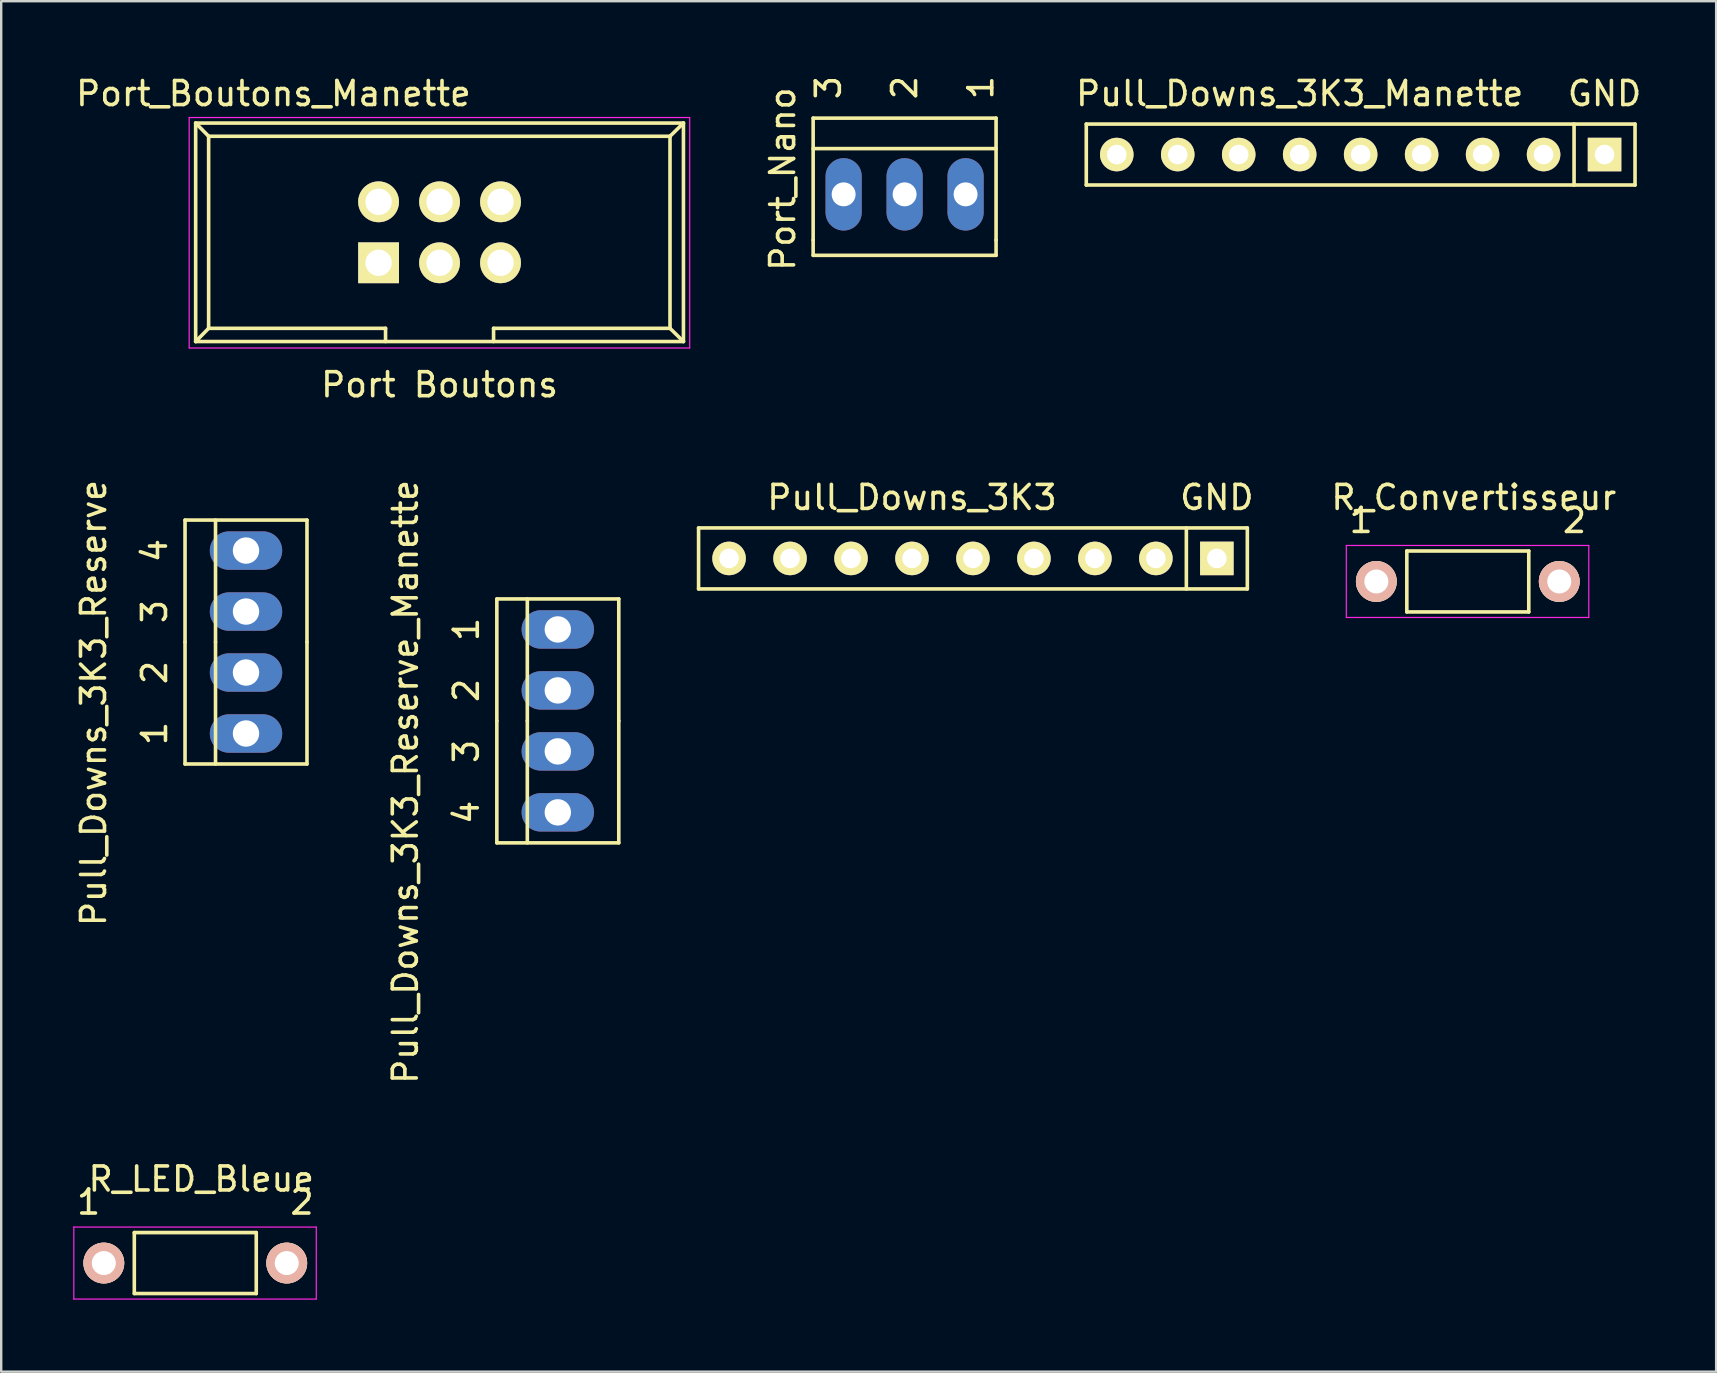
<source format=kicad_pcb>
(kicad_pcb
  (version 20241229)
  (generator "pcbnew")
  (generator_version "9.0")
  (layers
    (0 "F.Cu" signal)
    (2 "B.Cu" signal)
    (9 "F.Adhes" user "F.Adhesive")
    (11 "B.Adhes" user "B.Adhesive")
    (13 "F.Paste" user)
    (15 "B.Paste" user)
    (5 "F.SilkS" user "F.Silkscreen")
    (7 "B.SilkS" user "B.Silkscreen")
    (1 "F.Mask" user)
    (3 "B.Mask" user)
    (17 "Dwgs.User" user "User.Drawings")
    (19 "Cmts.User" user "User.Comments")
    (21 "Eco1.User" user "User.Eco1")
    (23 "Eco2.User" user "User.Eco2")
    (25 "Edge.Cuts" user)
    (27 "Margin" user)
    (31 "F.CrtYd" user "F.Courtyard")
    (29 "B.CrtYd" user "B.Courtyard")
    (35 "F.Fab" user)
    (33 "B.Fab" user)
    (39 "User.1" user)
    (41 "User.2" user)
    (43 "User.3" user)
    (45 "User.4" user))
  (footprint "Port_Boutons_Manette"
    (layer "F.Cu")
    (at 10.181 7.897)
    (property "Reference" "Port_Boutons_Manette" (at -1.841 -7.048 0) (layer "F.SilkS") (effects (font (size 1 1) (thickness 0.15))))
    (attr through_hole)
    (fp_line (start -5.08 -5.82) (end -5.08 3.28) (stroke (width 0.15) (type solid)) (layer "F.SilkS"))
    (fp_line (start -5.08 -5.82) (end -4.54 -5.27) (stroke (width 0.15) (type solid)) (layer "F.SilkS"))
    (fp_line (start -5.08 -5.82) (end 15.24 -5.82) (stroke (width 0.15) (type solid)) (layer "F.SilkS"))
    (fp_line (start -5.08 3.28) (end -4.54 2.73) (stroke (width 0.15) (type solid)) (layer "F.SilkS"))
    (fp_line (start -5.08 3.28) (end 15.24 3.28) (stroke (width 0.15) (type solid)) (layer "F.SilkS"))
    (fp_line (start -4.54 -5.27) (end -4.54 2.73) (stroke (width 0.15) (type solid)) (layer "F.SilkS"))
    (fp_line (start -4.54 -5.27) (end 14.68 -5.27) (stroke (width 0.15) (type solid)) (layer "F.SilkS"))
    (fp_line (start -4.54 2.73) (end 2.83 2.73) (stroke (width 0.15) (type solid)) (layer "F.SilkS"))
    (fp_line (start 2.83 2.73) (end 2.83 3.28) (stroke (width 0.15) (type solid)) (layer "F.SilkS"))
    (fp_line (start 7.33 2.73) (end 7.33 3.28) (stroke (width 0.15) (type solid)) (layer "F.SilkS"))
    (fp_line (start 7.33 2.73) (end 14.68 2.73) (stroke (width 0.15) (type solid)) (layer "F.SilkS"))
    (fp_line (start 14.68 -5.27) (end 14.68 2.73) (stroke (width 0.15) (type solid)) (layer "F.SilkS"))
    (fp_line (start 15.24 -5.82) (end 14.68 -5.27) (stroke (width 0.15) (type solid)) (layer "F.SilkS"))
    (fp_line (start 15.24 -5.82) (end 15.24 3.28) (stroke (width 0.15) (type solid)) (layer "F.SilkS"))
    (fp_line (start 15.24 3.28) (end 14.68 2.73) (stroke (width 0.15) (type solid)) (layer "F.SilkS"))
    (fp_line (start -5.35 -6.05) (end 15.5 -6.05) (stroke (width 0.05) (type solid)) (layer "F.CrtYd"))
    (fp_line (start -5.35 3.55) (end -5.35 -6.05) (stroke (width 0.05) (type solid)) (layer "F.CrtYd"))
    (fp_line (start 15.5 -6.05) (end 15.5 3.55) (stroke (width 0.05) (type solid)) (layer "F.CrtYd"))
    (fp_line (start 15.5 3.55) (end -5.35 3.55) (stroke (width 0.05) (type solid)) (layer "F.CrtYd"))
    (fp_text user "Port Boutons" (at 5.08 5.08 0) (layer "F.SilkS") (effects (font (size 1 1) (thickness 0.15))))
    (pad "1" thru_hole rect (at 2.54 0) (size 1.7 1.7) (drill 1.1) (layers "*.Cu" "*.Mask" "F.SilkS"))
    (pad "2" thru_hole circle (at 7.62 0) (size 1.7 1.7) (drill 1.1) (layers "*.Cu" "*.Mask" "F.SilkS"))
    (pad "3" thru_hole circle (at 5.08 0) (size 1.7 1.7) (drill 1.1) (layers "*.Cu" "*.Mask" "F.SilkS"))
    (pad "4" thru_hole circle (at 2.54 -2.54) (size 1.7 1.7) (drill 1.1) (layers "*.Cu" "*.Mask" "F.SilkS"))
    (pad "5" thru_hole circle (at 5.08 -2.54) (size 1.7 1.7) (drill 1.1) (layers "*.Cu" "*.Mask" "F.SilkS"))
    (pad "6" thru_hole circle (at 7.62 -2.54) (size 1.7 1.7) (drill 1.1) (layers "*.Cu" "*.Mask" "F.SilkS")))
  (footprint "R_Convertisseur"
    (layer "F.Cu")
    (at 54.285 21.173)
    (property "Reference" "R_Convertisseur" (at 4.059 -3.5 0) (layer "F.SilkS") (effects (font (size 1 1) (thickness 0.15))))
    (attr through_hole)
    (fp_line (start 1.27 -1.27) (end 6.35 -1.27) (stroke (width 0.15) (type solid)) (layer "F.SilkS"))
    (fp_line (start 1.27 1.27) (end 1.27 -1.27) (stroke (width 0.15) (type solid)) (layer "F.SilkS"))
    (fp_line (start 6.35 -1.27) (end 6.35 1.27) (stroke (width 0.15) (type solid)) (layer "F.SilkS"))
    (fp_line (start 6.35 1.27) (end 1.27 1.27) (stroke (width 0.15) (type solid)) (layer "F.SilkS"))
    (fp_line (start -1.25 -1.5) (end 8.85 -1.5) (stroke (width 0.05) (type solid)) (layer "F.CrtYd"))
    (fp_line (start -1.25 1.5) (end -1.25 -1.5) (stroke (width 0.05) (type solid)) (layer "F.CrtYd"))
    (fp_line (start -1.25 1.5) (end 8.85 1.5) (stroke (width 0.05) (type solid)) (layer "F.CrtYd"))
    (fp_line (start 8.85 -1.5) (end 8.85 1.5) (stroke (width 0.05) (type solid)) (layer "F.CrtYd"))
    (fp_text user "2" (at 8.255 -2.54 0) (layer "F.SilkS") (effects (font (size 1 1) (thickness 0.15))))
    (fp_text user "1" (at -0.635 -2.54 0) (layer "F.SilkS") (effects (font (size 1 1) (thickness 0.15))))
    (pad "1" thru_hole circle (at 0 0) (size 1.7 1.7) (drill 1) (layers "*.Cu" "*.SilkS" "*.Mask"))
    (pad "2" thru_hole circle (at 7.62 0) (size 1.7 1.7) (drill 1) (layers "*.Cu" "*.SilkS" "*.Mask")))
  (footprint "R_LED_Bleue"
    (layer "F.Cu")
    (at 1.275 49.566)
    (property "Reference" "R_LED_Bleue" (at 4.059 -3.5 0) (layer "F.SilkS") (effects (font (size 1 1) (thickness 0.15))))
    (attr through_hole)
    (fp_line (start 1.27 -1.27) (end 6.35 -1.27) (stroke (width 0.15) (type solid)) (layer "F.SilkS"))
    (fp_line (start 1.27 1.27) (end 1.27 -1.27) (stroke (width 0.15) (type solid)) (layer "F.SilkS"))
    (fp_line (start 6.35 -1.27) (end 6.35 1.27) (stroke (width 0.15) (type solid)) (layer "F.SilkS"))
    (fp_line (start 6.35 1.27) (end 1.27 1.27) (stroke (width 0.15) (type solid)) (layer "F.SilkS"))
    (fp_line (start -1.25 -1.5) (end 8.85 -1.5) (stroke (width 0.05) (type solid)) (layer "F.CrtYd"))
    (fp_line (start -1.25 1.5) (end -1.25 -1.5) (stroke (width 0.05) (type solid)) (layer "F.CrtYd"))
    (fp_line (start -1.25 1.5) (end 8.85 1.5) (stroke (width 0.05) (type solid)) (layer "F.CrtYd"))
    (fp_line (start 8.85 -1.5) (end 8.85 1.5) (stroke (width 0.05) (type solid)) (layer "F.CrtYd"))
    (fp_text user "1" (at -0.635 -2.54 0) (layer "F.SilkS") (effects (font (size 1 1) (thickness 0.15))))
    (fp_text user "2" (at 8.255 -2.54 0) (layer "F.SilkS") (effects (font (size 1 1) (thickness 0.15))))
    (pad "1" thru_hole circle (at 0 0) (size 1.7 1.7) (drill 1) (layers "*.Cu" "*.SilkS" "*.Mask"))
    (pad "2" thru_hole circle (at 7.62 0) (size 1.7 1.7) (drill 1) (layers "*.Cu" "*.SilkS" "*.Mask")))
  (footprint "Pull_Downs_3K3_Manette"
    (layer "F.Cu")
    (at 51.092 3.388)
    (property "Reference" "Pull_Downs_3K3_Manette" (at 0 -2.54 180) (layer "F.SilkS") (effects (font (size 1 1) (thickness 0.15))))
    (attr through_hole)
    (fp_line (start -8.89 -1.27) (end -8.89 1.27) (stroke (width 0.15) (type solid)) (layer "F.SilkS"))
    (fp_line (start -8.89 1.27) (end 13.97 1.27) (stroke (width 0.15) (type solid)) (layer "F.SilkS"))
    (fp_line (start 11.43 -1.27) (end 11.43 1.27) (stroke (width 0.15) (type solid)) (layer "F.SilkS"))
    (fp_line (start 13.97 -1.27) (end -8.89 -1.27) (stroke (width 0.15) (type solid)) (layer "F.SilkS"))
    (fp_line (start 13.97 -1.27) (end 13.97 1.27) (stroke (width 0.15) (type solid)) (layer "F.SilkS"))
    (fp_text user "GND" (at 12.7 -2.54 0) (layer "F.SilkS") (effects (font (size 1 1) (thickness 0.15))))
    (pad "1" thru_hole rect (at 12.7 0 180) (size 1.397 1.397) (drill 0.813) (layers "*.Cu" "*.Mask" "F.SilkS"))
    (pad "2" thru_hole circle (at 10.16 0 180) (size 1.397 1.397) (drill 0.813) (layers "*.Cu" "*.Mask" "F.SilkS"))
    (pad "3" thru_hole circle (at 7.62 0 180) (size 1.397 1.397) (drill 0.813) (layers "*.Cu" "*.Mask" "F.SilkS"))
    (pad "4" thru_hole circle (at 5.08 0 180) (size 1.397 1.397) (drill 0.813) (layers "*.Cu" "*.Mask" "F.SilkS"))
    (pad "5" thru_hole circle (at 2.54 0 180) (size 1.397 1.397) (drill 0.813) (layers "*.Cu" "*.Mask" "F.SilkS"))
    (pad "6" thru_hole circle (at 0 0 180) (size 1.397 1.397) (drill 0.813) (layers "*.Cu" "*.Mask" "F.SilkS"))
    (pad "7" thru_hole circle (at -2.54 0 180) (size 1.397 1.397) (drill 0.813) (layers "*.Cu" "*.Mask" "F.SilkS"))
    (pad "8" thru_hole circle (at -5.08 0 180) (size 1.397 1.397) (drill 0.813) (layers "*.Cu" "*.Mask" "F.SilkS"))
    (pad "9" thru_hole circle (at -7.62 0 180) (size 1.397 1.397) (drill 0.813) (layers "*.Cu" "*.Mask" "F.SilkS")))
  (footprint "Pull_Downs_3K3_Reserve_Manette"
    (layer "F.Cu")
    (at 22.727 26.981)
    (property "Reference" "Pull_Downs_3K3_Reserve_Manette" (at -8.89 2.54 90) (layer "F.SilkS") (effects (font (size 1 1) (thickness 0.15))))
    (attr exclude_from_pos_files exclude_from_bom)
    (fp_line (start -5.08 -5.08) (end 0 -5.08) (stroke (width 0.15) (type solid)) (layer "F.SilkS"))
    (fp_line (start -5.08 0) (end -5.08 -5.08) (stroke (width 0.15) (type solid)) (layer "F.SilkS"))
    (fp_line (start -5.08 5.08) (end -5.08 0) (stroke (width 0.15) (type solid)) (layer "F.SilkS"))
    (fp_line (start -5.08 5.08) (end 0 5.08) (stroke (width 0.15) (type solid)) (layer "F.SilkS"))
    (fp_line (start -3.81 -5.08) (end -3.81 0) (stroke (width 0.15) (type solid)) (layer "F.SilkS"))
    (fp_line (start -3.81 0) (end -3.81 5.08) (stroke (width 0.15) (type solid)) (layer "F.SilkS"))
    (fp_line (start 0 0) (end 0 -5.08) (stroke (width 0.15) (type solid)) (layer "F.SilkS"))
    (fp_line (start 0 0) (end 0 5.08) (stroke (width 0.15) (type solid)) (layer "F.SilkS"))
    (fp_text user "3" (at -6.35 1.27 90) (layer "F.SilkS") (effects (font (size 1 1) (thickness 0.15))))
    (fp_text user "1" (at -6.35 -3.81 90) (layer "F.SilkS") (effects (font (size 1 1) (thickness 0.15))))
    (fp_text user "2" (at -6.35 -1.27 90) (layer "F.SilkS") (effects (font (size 1 1) (thickness 0.15))))
    (fp_text user "4" (at -6.35 3.81 90) (layer "F.SilkS") (effects (font (size 1 1) (thickness 0.15))))
    (pad "1" thru_hole oval (at -2.54 -3.81 90) (size 1.6 3.015) (drill 1.1) (layers "*.Cu" "*.Mask"))
    (pad "2" thru_hole oval (at -2.54 -1.27 90) (size 1.6 3.015) (drill 1.1) (layers "*.Cu" "*.Mask"))
    (pad "3" thru_hole oval (at -2.54 1.27 90) (size 1.6 3.015) (drill 1.1) (layers "*.Cu" "*.Mask"))
    (pad "4" thru_hole oval (at -2.54 3.81 90) (size 1.6 3.015) (drill 1.1) (layers "*.Cu" "*.Mask")))
  (footprint "Pull_Downs_3K3_Reserve"
    (layer "F.Cu")
    (at 9.738 23.696)
    (property "Reference" "Pull_Downs_3K3_Reserve" (at -8.89 2.54 90) (layer "F.SilkS") (effects (font (size 1 1) (thickness 0.15))))
    (attr exclude_from_pos_files exclude_from_bom)
    (fp_line (start -5.08 -5.08) (end 0 -5.08) (stroke (width 0.15) (type solid)) (layer "F.SilkS"))
    (fp_line (start -5.08 0) (end -5.08 -5.08) (stroke (width 0.15) (type solid)) (layer "F.SilkS"))
    (fp_line (start -5.08 5.08) (end -5.08 0) (stroke (width 0.15) (type solid)) (layer "F.SilkS"))
    (fp_line (start -5.08 5.08) (end 0 5.08) (stroke (width 0.15) (type solid)) (layer "F.SilkS"))
    (fp_line (start -3.81 -5.08) (end -3.81 0) (stroke (width 0.15) (type solid)) (layer "F.SilkS"))
    (fp_line (start -3.81 0) (end -3.81 5.08) (stroke (width 0.15) (type solid)) (layer "F.SilkS"))
    (fp_line (start 0 0) (end 0 -5.08) (stroke (width 0.15) (type solid)) (layer "F.SilkS"))
    (fp_line (start 0 0) (end 0 5.08) (stroke (width 0.15) (type solid)) (layer "F.SilkS"))
    (fp_text user "3" (at -6.35 -1.27 90) (layer "F.SilkS") (effects (font (size 1 1) (thickness 0.15))))
    (fp_text user "2" (at -6.35 1.27 90) (layer "F.SilkS") (effects (font (size 1 1) (thickness 0.15))))
    (fp_text user "1" (at -6.35 3.81 90) (layer "F.SilkS") (effects (font (size 1 1) (thickness 0.15))))
    (fp_text user "4" (at -6.35 -3.81 90) (layer "F.SilkS") (effects (font (size 1 1) (thickness 0.15))))
    (pad "1" thru_hole oval (at -2.54 3.81 90) (size 1.6 3.015) (drill 1.1) (layers "*.Cu" "*.Mask"))
    (pad "2" thru_hole oval (at -2.54 1.27 90) (size 1.6 3.015) (drill 1.1) (layers "*.Cu" "*.Mask"))
    (pad "3" thru_hole oval (at -2.54 -1.27 90) (size 1.6 3.015) (drill 1.1) (layers "*.Cu" "*.Mask"))
    (pad "4" thru_hole oval (at -2.54 -3.81 90) (size 1.6 3.015) (drill 1.1) (layers "*.Cu" "*.Mask")))
  (footprint "Pull_Downs_3K3"
    (layer "F.Cu")
    (at 34.941 20.213)
    (property "Reference" "Pull_Downs_3K3" (at 0 -2.54 180) (layer "F.SilkS") (effects (font (size 1 1) (thickness 0.15))))
    (attr through_hole)
    (fp_line (start -8.89 -1.27) (end -8.89 1.27) (stroke (width 0.15) (type solid)) (layer "F.SilkS"))
    (fp_line (start -8.89 1.27) (end 13.97 1.27) (stroke (width 0.15) (type solid)) (layer "F.SilkS"))
    (fp_line (start 11.43 -1.27) (end 11.43 1.27) (stroke (width 0.15) (type solid)) (layer "F.SilkS"))
    (fp_line (start 13.97 -1.27) (end -8.89 -1.27) (stroke (width 0.15) (type solid)) (layer "F.SilkS"))
    (fp_line (start 13.97 -1.27) (end 13.97 1.27) (stroke (width 0.15) (type solid)) (layer "F.SilkS"))
    (fp_text user "GND" (at 12.7 -2.54 0) (layer "F.SilkS") (effects (font (size 1 1) (thickness 0.15))))
    (pad "1" thru_hole rect (at 12.7 0 180) (size 1.397 1.397) (drill 0.813) (layers "*.Cu" "*.Mask" "F.SilkS"))
    (pad "2" thru_hole circle (at 10.16 0 180) (size 1.397 1.397) (drill 0.813) (layers "*.Cu" "*.Mask" "F.SilkS"))
    (pad "3" thru_hole circle (at 7.62 0 180) (size 1.397 1.397) (drill 0.813) (layers "*.Cu" "*.Mask" "F.SilkS"))
    (pad "4" thru_hole circle (at 5.08 0 180) (size 1.397 1.397) (drill 0.813) (layers "*.Cu" "*.Mask" "F.SilkS"))
    (pad "5" thru_hole circle (at 2.54 0 180) (size 1.397 1.397) (drill 0.813) (layers "*.Cu" "*.Mask" "F.SilkS"))
    (pad "6" thru_hole circle (at 0 0 180) (size 1.397 1.397) (drill 0.813) (layers "*.Cu" "*.Mask" "F.SilkS"))
    (pad "7" thru_hole circle (at -2.54 0 180) (size 1.397 1.397) (drill 0.813) (layers "*.Cu" "*.Mask" "F.SilkS"))
    (pad "8" thru_hole circle (at -5.08 0 180) (size 1.397 1.397) (drill 0.813) (layers "*.Cu" "*.Mask" "F.SilkS"))
    (pad "9" thru_hole circle (at -7.62 0 180) (size 1.397 1.397) (drill 0.813) (layers "*.Cu" "*.Mask" "F.SilkS")))
  (footprint "Port_Nano"
    (layer "F.Cu")
    (at 34.634 5.046)
    (property "Reference" "Port_Nano" (at -5.08 -0.635 90) (layer "F.SilkS") (effects (font (size 1 1) (thickness 0.15))))
    (attr exclude_from_pos_files exclude_from_bom)
    (fp_line (start -3.81 -3.175) (end 3.81 -3.175) (stroke (width 0.15) (type solid)) (layer "F.SilkS"))
    (fp_line (start -3.81 1.905) (end -3.81 -3.175) (stroke (width 0.15) (type solid)) (layer "F.SilkS"))
    (fp_line (start -3.81 2.54) (end -3.81 1.905) (stroke (width 0.15) (type solid)) (layer "F.SilkS"))
    (fp_line (start 3.81 -3.175) (end 3.81 1.905) (stroke (width 0.15) (type solid)) (layer "F.SilkS"))
    (fp_line (start 3.81 -1.905) (end -3.81 -1.905) (stroke (width 0.15) (type solid)) (layer "F.SilkS"))
    (fp_line (start 3.81 2.54) (end -3.81 2.54) (stroke (width 0.15) (type solid)) (layer "F.SilkS"))
    (fp_line (start 3.81 2.54) (end 3.81 1.905) (stroke (width 0.15) (type solid)) (layer "F.SilkS"))
    (fp_text user "1" (at 3.175 -4.445 90) (layer "F.SilkS") (effects (font (size 1 1) (thickness 0.15))))
    (fp_text user "3" (at -3.175 -4.445 90) (layer "F.SilkS") (effects (font (size 1 1) (thickness 0.15))))
    (fp_text user "2" (at 0 -4.445 90) (layer "F.SilkS") (effects (font (size 1 1) (thickness 0.15))))
    (pad "1" thru_hole oval (at 2.54 0) (size 1.506 3.015) (drill 0.998) (layers "*.Cu" "*.Mask"))
    (pad "2" thru_hole oval (at 0 0) (size 1.506 3.015) (drill 0.998) (layers "*.Cu" "*.Mask"))
    (pad "3" thru_hole oval (at -2.54 0) (size 1.506 3.015) (drill 0.998) (layers "*.Cu" "*.Mask")))
  (gr_rect
    (start -3 -3)
    (end 68.441 54.091)
    (stroke (width 0.1) (type default))
    (fill no)
    (layer "Edge.Cuts")))
</source>
